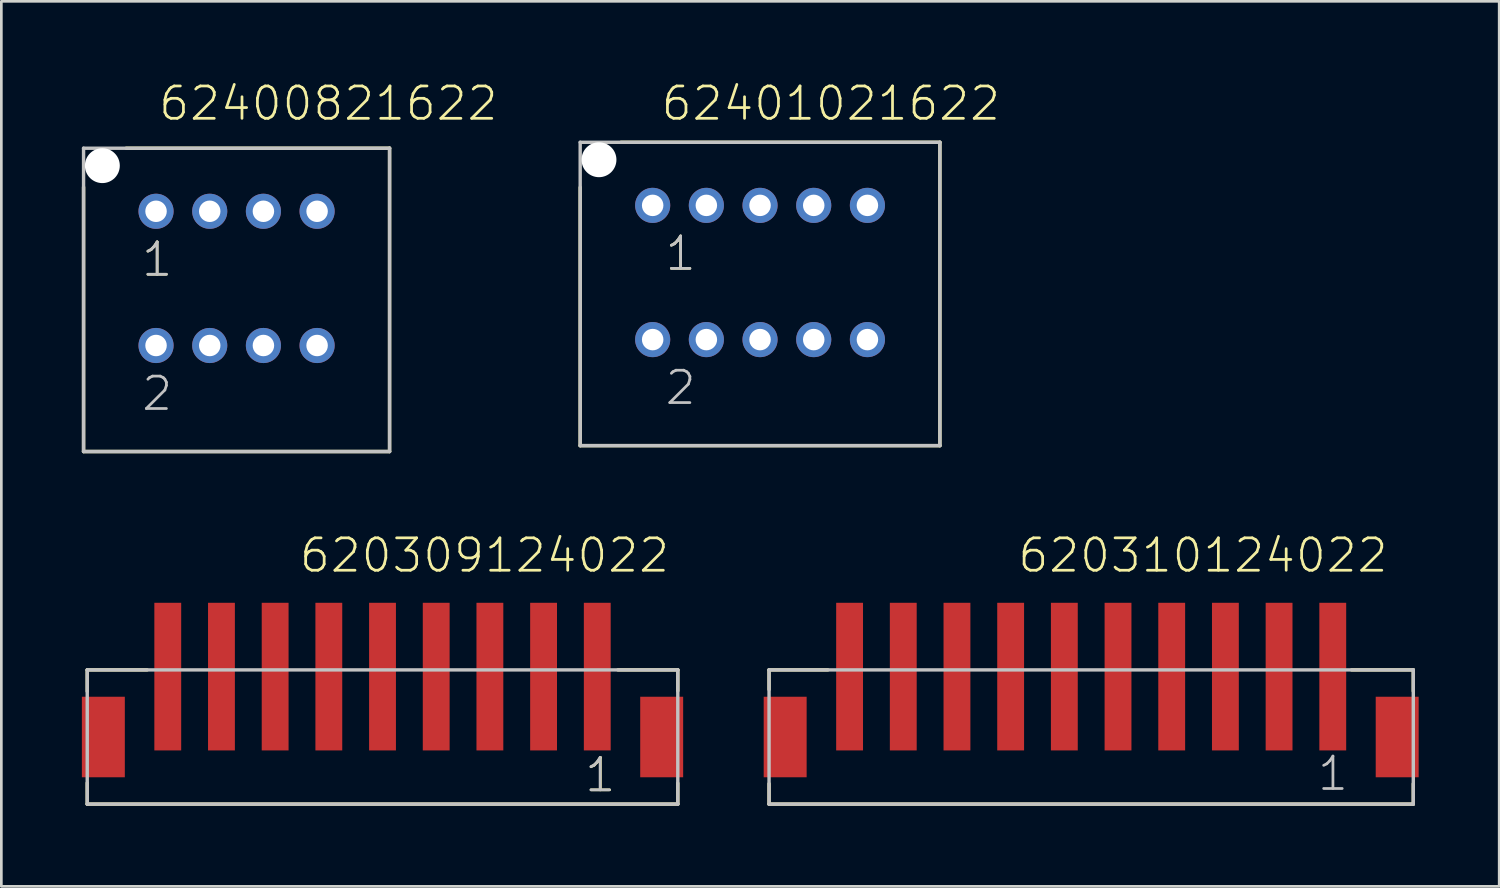
<source format=kicad_pcb>
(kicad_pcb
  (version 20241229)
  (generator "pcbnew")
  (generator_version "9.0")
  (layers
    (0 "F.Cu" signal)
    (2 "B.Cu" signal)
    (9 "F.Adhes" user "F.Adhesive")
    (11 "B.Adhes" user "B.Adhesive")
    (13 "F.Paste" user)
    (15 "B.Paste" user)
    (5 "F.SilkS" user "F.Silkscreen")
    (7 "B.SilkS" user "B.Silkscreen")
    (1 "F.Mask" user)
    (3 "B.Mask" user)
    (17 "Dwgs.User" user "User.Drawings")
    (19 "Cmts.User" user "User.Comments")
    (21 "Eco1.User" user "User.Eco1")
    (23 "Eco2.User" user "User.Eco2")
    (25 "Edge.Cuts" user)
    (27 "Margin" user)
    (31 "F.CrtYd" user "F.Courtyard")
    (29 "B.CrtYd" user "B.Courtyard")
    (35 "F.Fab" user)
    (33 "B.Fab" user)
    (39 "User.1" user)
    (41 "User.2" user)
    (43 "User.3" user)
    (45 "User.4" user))
  (footprint "620309124022"
    (layer "F.Cu")
    (at 11.2 22.156)
    (property "Reference" "620309124022" (at -3.16 -3.81 0) (layer "F.SilkS") (effects (font (size 1.206 1.206) (thickness 0.102)) (justify left bottom)))
    (attr through_hole)
    (fp_line (start -11 -0.25) (end -11 0.55) (stroke (width 0.127) (type solid)) (layer "F.SilkS"))
    (fp_line (start -11 3.96) (end -11 4.75) (stroke (width 0.127) (type solid)) (layer "F.SilkS"))
    (fp_line (start -11 4.75) (end 11 4.75) (stroke (width 0.127) (type solid)) (layer "F.SilkS"))
    (fp_line (start -8.77 -0.25) (end -11 -0.25) (stroke (width 0.127) (type solid)) (layer "F.SilkS"))
    (fp_line (start 8.77 -0.25) (end 11 -0.25) (stroke (width 0.127) (type solid)) (layer "F.SilkS"))
    (fp_line (start 11 -0.25) (end 11 0.53) (stroke (width 0.127) (type solid)) (layer "F.SilkS"))
    (fp_line (start 11 4.75) (end 11 3.97) (stroke (width 0.127) (type solid)) (layer "F.SilkS"))
    (fp_line (start -11 -0.25) (end 11 -0.25) (stroke (width 0.127) (type solid)) (layer "Dwgs.User"))
    (fp_line (start -11 4.75) (end -11 -0.25) (stroke (width 0.127) (type solid)) (layer "Dwgs.User"))
    (fp_line (start 11 -0.25) (end 11 4.75) (stroke (width 0.127) (type solid)) (layer "Dwgs.User"))
    (fp_line (start 11 4.75) (end -11 4.75) (stroke (width 0.127) (type solid)) (layer "Dwgs.User"))
    (fp_text user "1" (at 7.475 4.37 0) (layer "F.SilkS") (effects (font (size 1.206 1.206) (thickness 0.102)) (justify left bottom)))
    (fp_text user "1" (at 7.465 4.37 0) (layer "Dwgs.User") (effects (font (size 1.206 1.206) (thickness 0.102)) (justify left bottom)))
    (pad "1" smd rect (at 8 0) (size 1 5.5) (layers "F.Cu" "F.Mask" "F.Paste"))
    (pad "2" smd rect (at 6 0) (size 1 5.5) (layers "F.Cu" "F.Mask" "F.Paste"))
    (pad "3" smd rect (at 4 0) (size 1 5.5) (layers "F.Cu" "F.Mask" "F.Paste"))
    (pad "4" smd rect (at 2 0) (size 1 5.5) (layers "F.Cu" "F.Mask" "F.Paste"))
    (pad "5" smd rect (at 0 0) (size 1 5.5) (layers "F.Cu" "F.Mask" "F.Paste"))
    (pad "6" smd rect (at -2 0) (size 1 5.5) (layers "F.Cu" "F.Mask" "F.Paste"))
    (pad "7" smd rect (at -4 0) (size 1 5.5) (layers "F.Cu" "F.Mask" "F.Paste"))
    (pad "8" smd rect (at -6 0) (size 1 5.5) (layers "F.Cu" "F.Mask" "F.Paste"))
    (pad "9" smd rect (at -8 0) (size 1 5.5) (layers "F.Cu" "F.Mask" "F.Paste"))
    (pad "Z1" smd rect (at 10.4 2.25 90) (size 3 1.6) (layers "F.Cu" "F.Mask" "F.Paste"))
    (pad "Z2" smd rect (at -10.4 2.25 90) (size 3 1.6) (layers "F.Cu" "F.Mask" "F.Paste")))
  (footprint "620310124022"
    (layer "F.Cu")
    (at 37.6 22.156)
    (property "Reference" "620310124022" (at -2.795 -3.81 0) (layer "F.SilkS") (effects (font (size 1.206 1.206) (thickness 0.102)) (justify left bottom)))
    (attr through_hole)
    (fp_line (start -12 -0.25) (end -12 0.48) (stroke (width 0.127) (type solid)) (layer "F.SilkS"))
    (fp_line (start -12 3.99) (end -12 4.75) (stroke (width 0.127) (type solid)) (layer "F.SilkS"))
    (fp_line (start -12 4.75) (end 12 4.75) (stroke (width 0.127) (type solid)) (layer "F.SilkS"))
    (fp_line (start -9.81 -0.25) (end -12 -0.25) (stroke (width 0.127) (type solid)) (layer "F.SilkS"))
    (fp_line (start 9.7 -0.25) (end 12 -0.25) (stroke (width 0.127) (type solid)) (layer "F.SilkS"))
    (fp_line (start 12 -0.25) (end 12 0.54) (stroke (width 0.127) (type solid)) (layer "F.SilkS"))
    (fp_line (start 12 4.75) (end 12 3.99) (stroke (width 0.127) (type solid)) (layer "F.SilkS"))
    (fp_line (start -12 -0.25) (end 12 -0.25) (stroke (width 0.127) (type solid)) (layer "Dwgs.User"))
    (fp_line (start -12 4.75) (end -12 -0.25) (stroke (width 0.127) (type solid)) (layer "Dwgs.User"))
    (fp_line (start 12 -0.25) (end 12 4.75) (stroke (width 0.127) (type solid)) (layer "Dwgs.User"))
    (fp_line (start 12 4.75) (end -12 4.75) (stroke (width 0.127) (type solid)) (layer "Dwgs.User"))
    (fp_text user "1" (at 8.365 4.32 0) (layer "Dwgs.User") (effects (font (size 1.206 1.206) (thickness 0.102)) (justify left bottom)))
    (pad "1" smd rect (at 9 0) (size 1 5.5) (layers "F.Cu" "F.Mask" "F.Paste"))
    (pad "2" smd rect (at 7 0) (size 1 5.5) (layers "F.Cu" "F.Mask" "F.Paste"))
    (pad "3" smd rect (at 5 0) (size 1 5.5) (layers "F.Cu" "F.Mask" "F.Paste"))
    (pad "4" smd rect (at 3 0) (size 1 5.5) (layers "F.Cu" "F.Mask" "F.Paste"))
    (pad "5" smd rect (at 1 0) (size 1 5.5) (layers "F.Cu" "F.Mask" "F.Paste"))
    (pad "6" smd rect (at -1 0) (size 1 5.5) (layers "F.Cu" "F.Mask" "F.Paste"))
    (pad "7" smd rect (at -3 0) (size 1 5.5) (layers "F.Cu" "F.Mask" "F.Paste"))
    (pad "8" smd rect (at -5 0) (size 1 5.5) (layers "F.Cu" "F.Mask" "F.Paste"))
    (pad "9" smd rect (at -7 0) (size 1 5.5) (layers "F.Cu" "F.Mask" "F.Paste"))
    (pad "10" smd rect (at -9 0) (size 1 5.5) (layers "F.Cu" "F.Mask" "F.Paste"))
    (pad "Z1" smd rect (at 11.4 2.25 90) (size 3 1.6) (layers "F.Cu" "F.Mask" "F.Paste"))
    (pad "Z2" smd rect (at -11.4 2.25 90) (size 3 1.6) (layers "F.Cu" "F.Mask" "F.Paste")))
  (footprint "62401021622"
    (layer "F.Cu")
    (at 25.264 7.101)
    (property "Reference" "62401021622" (at -3.746 -5.59 0) (layer "F.SilkS") (effects (font (size 1.206 1.206) (thickness 0.102)) (justify left bottom)))
    (attr through_hole)
    (fp_line (start -6.7 6.45) (end -6.7 -3.17) (stroke (width 0.127) (type solid)) (layer "F.SilkS"))
    (fp_line (start -5.18 -4.85) (end 6.7 -4.85) (stroke (width 0.127) (type solid)) (layer "F.SilkS"))
    (fp_line (start 6.7 -4.85) (end 6.7 6.45) (stroke (width 0.127) (type solid)) (layer "F.SilkS"))
    (fp_line (start 6.7 6.45) (end -6.7 6.45) (stroke (width 0.127) (type solid)) (layer "F.SilkS"))
    (fp_line (start -6.7 -4.85) (end 6.7 -4.85) (stroke (width 0.127) (type solid)) (layer "Dwgs.User"))
    (fp_line (start -6.7 6.45) (end -6.7 -4.85) (stroke (width 0.127) (type solid)) (layer "Dwgs.User"))
    (fp_line (start 6.7 -4.85) (end 6.7 6.45) (stroke (width 0.127) (type solid)) (layer "Dwgs.User"))
    (fp_line (start 6.7 6.45) (end -6.7 6.45) (stroke (width 0.127) (type solid)) (layer "Dwgs.User"))
    (fp_text user "1" (at -3.6 0 0) (layer "F.SilkS") (effects (font (size 1.206 1.206) (thickness 0.102)) (justify left bottom)))
    (fp_text user "2" (at -3.6 5 0) (layer "Dwgs.User") (effects (font (size 1.206 1.206) (thickness 0.102)) (justify left bottom)))
    (fp_text user "1" (at -3.6 0 0) (layer "Dwgs.User") (effects (font (size 1.206 1.206) (thickness 0.102)) (justify left bottom)))
    (pad "" np_thru_hole circle (at -6 -4.2) (size 1.3 1.3) (drill 1.3) (layers "*.Cu"))
    (pad "1" thru_hole circle (at -4 -2.5) (size 1.308 1.308) (drill 0.8) (layers "*.Cu" "*.Mask"))
    (pad "2" thru_hole circle (at -4 2.5) (size 1.308 1.308) (drill 0.8) (layers "*.Cu" "*.Mask"))
    (pad "3" thru_hole circle (at -2 -2.5) (size 1.308 1.308) (drill 0.8) (layers "*.Cu" "*.Mask"))
    (pad "4" thru_hole circle (at -2 2.5) (size 1.308 1.308) (drill 0.8) (layers "*.Cu" "*.Mask"))
    (pad "5" thru_hole circle (at 0 -2.5) (size 1.308 1.308) (drill 0.8) (layers "*.Cu" "*.Mask"))
    (pad "6" thru_hole circle (at 0 2.5) (size 1.308 1.308) (drill 0.8) (layers "*.Cu" "*.Mask"))
    (pad "7" thru_hole circle (at 2 -2.5) (size 1.308 1.308) (drill 0.8) (layers "*.Cu" "*.Mask"))
    (pad "8" thru_hole circle (at 2 2.5) (size 1.308 1.308) (drill 0.8) (layers "*.Cu" "*.Mask"))
    (pad "9" thru_hole circle (at 4 -2.5) (size 1.308 1.308) (drill 0.8) (layers "*.Cu" "*.Mask"))
    (pad "10" thru_hole circle (at 4 2.5) (size 1.308 1.308) (drill 0.8) (layers "*.Cu" "*.Mask")))
  (footprint "62400821622"
    (layer "F.Cu")
    (at 5.763 7.321)
    (property "Reference" "62400821622" (at -2.966 -5.81 0) (layer "F.SilkS") (effects (font (size 1.206 1.206) (thickness 0.102)) (justify left bottom)))
    (attr through_hole)
    (fp_line (start -5.7 6.45) (end -5.7 -3.4) (stroke (width 0.127) (type solid)) (layer "F.SilkS"))
    (fp_line (start -4.11 -4.85) (end 5.7 -4.85) (stroke (width 0.127) (type solid)) (layer "F.SilkS"))
    (fp_line (start 5.7 -4.85) (end 5.7 6.45) (stroke (width 0.127) (type solid)) (layer "F.SilkS"))
    (fp_line (start 5.7 6.45) (end -5.7 6.45) (stroke (width 0.127) (type solid)) (layer "F.SilkS"))
    (fp_line (start -5.7 -4.85) (end 5.7 -4.85) (stroke (width 0.127) (type solid)) (layer "Dwgs.User"))
    (fp_line (start -5.7 6.45) (end -5.7 -4.85) (stroke (width 0.127) (type solid)) (layer "Dwgs.User"))
    (fp_line (start 5.7 -4.85) (end 5.7 6.45) (stroke (width 0.127) (type solid)) (layer "Dwgs.User"))
    (fp_line (start 5.7 6.45) (end -5.7 6.45) (stroke (width 0.127) (type solid)) (layer "Dwgs.User"))
    (fp_text user "1" (at -3.6 0 0) (layer "F.SilkS") (effects (font (size 1.206 1.206) (thickness 0.102)) (justify left bottom)))
    (fp_text user "1" (at -3.6 0 0) (layer "Dwgs.User") (effects (font (size 1.206 1.206) (thickness 0.102)) (justify left bottom)))
    (fp_text user "2" (at -3.6 5 0) (layer "Dwgs.User") (effects (font (size 1.206 1.206) (thickness 0.102)) (justify left bottom)))
    (pad "" np_thru_hole circle (at -5 -4.2) (size 1.3 1.3) (drill 1.3) (layers "*.Cu"))
    (pad "1" thru_hole circle (at -3 -2.5) (size 1.308 1.308) (drill 0.8) (layers "*.Cu" "*.Mask"))
    (pad "2" thru_hole circle (at -3 2.5) (size 1.308 1.308) (drill 0.8) (layers "*.Cu" "*.Mask"))
    (pad "3" thru_hole circle (at -1 -2.5) (size 1.308 1.308) (drill 0.8) (layers "*.Cu" "*.Mask"))
    (pad "4" thru_hole circle (at -1 2.5) (size 1.308 1.308) (drill 0.8) (layers "*.Cu" "*.Mask"))
    (pad "5" thru_hole circle (at 1 -2.5) (size 1.308 1.308) (drill 0.8) (layers "*.Cu" "*.Mask"))
    (pad "6" thru_hole circle (at 1 2.5) (size 1.308 1.308) (drill 0.8) (layers "*.Cu" "*.Mask"))
    (pad "7" thru_hole circle (at 3 -2.5) (size 1.308 1.308) (drill 0.8) (layers "*.Cu" "*.Mask"))
    (pad "8" thru_hole circle (at 3 2.5) (size 1.308 1.308) (drill 0.8) (layers "*.Cu" "*.Mask")))
  (gr_rect
    (start -3 -3)
    (end 52.8 29.97)
    (stroke (width 0.1) (type default))
    (fill no)
    (layer "Edge.Cuts")))
</source>
